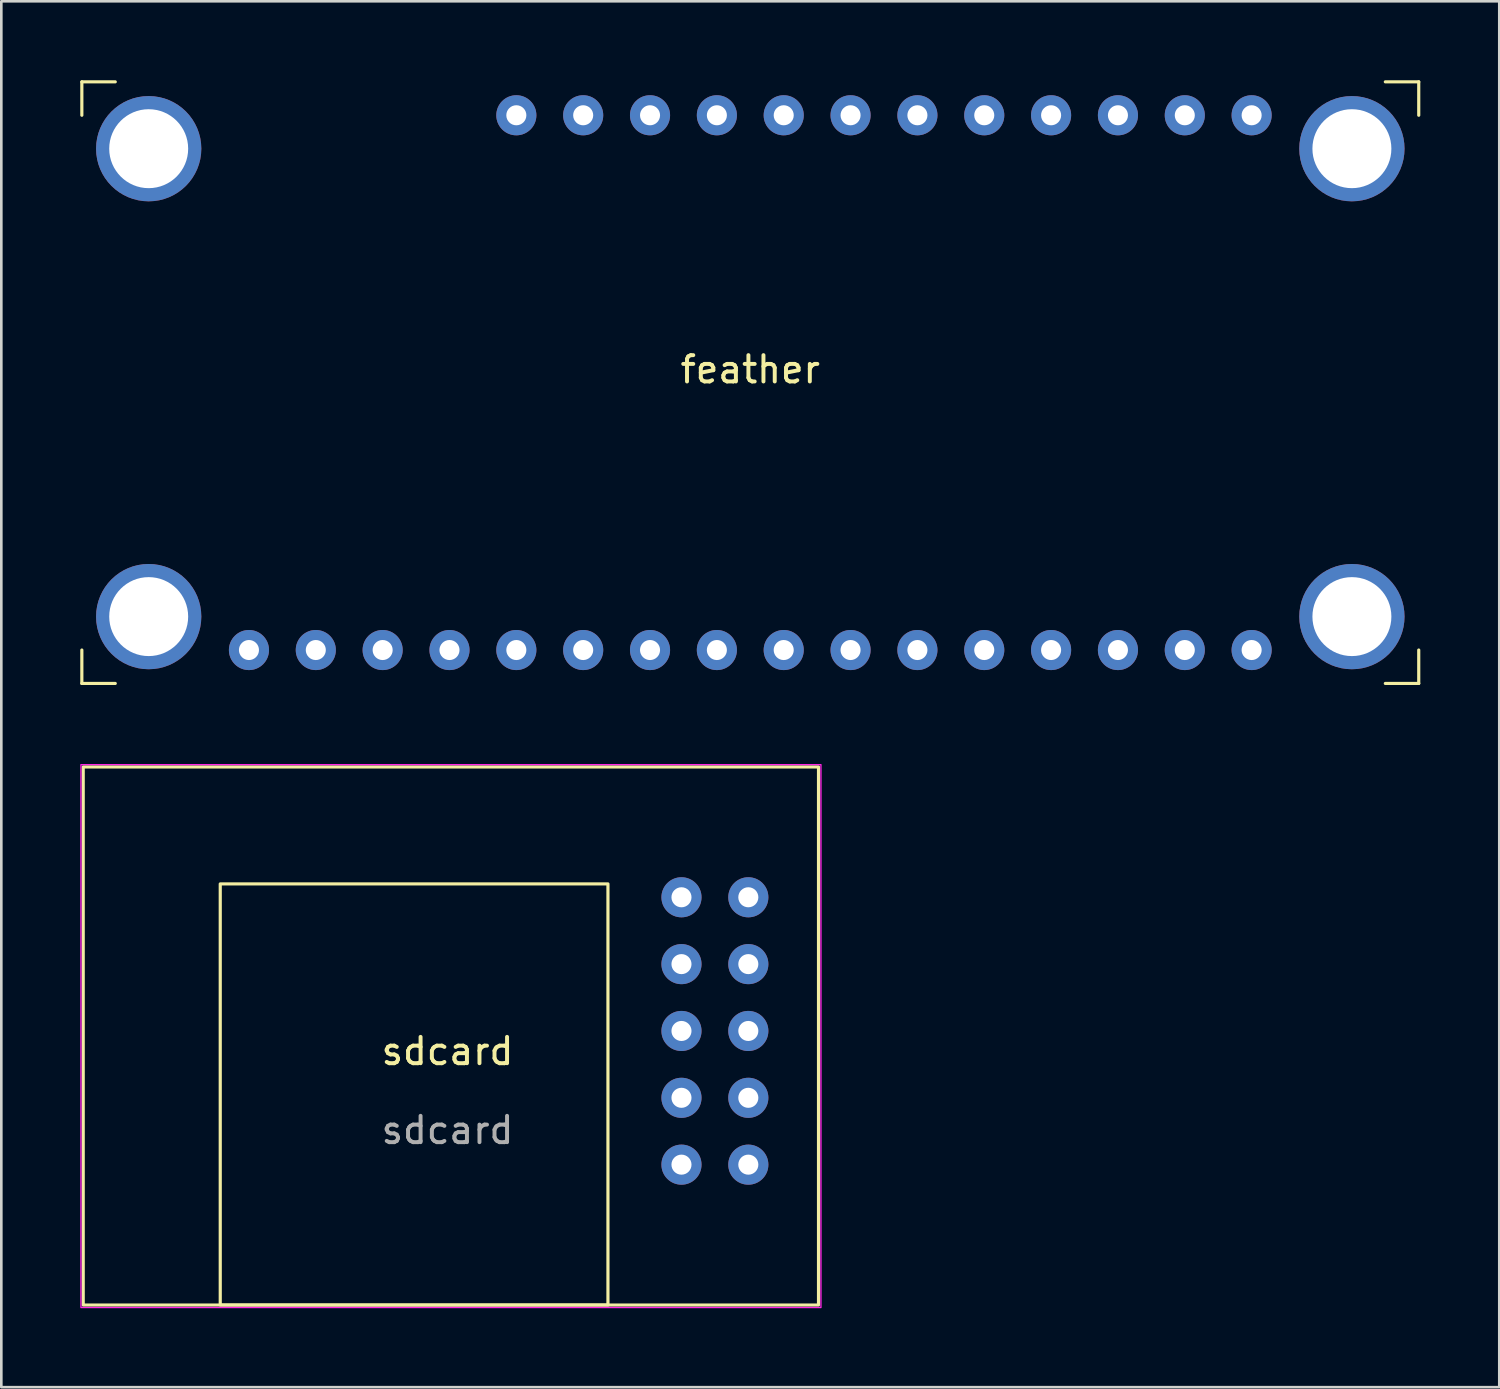
<source format=kicad_pcb>
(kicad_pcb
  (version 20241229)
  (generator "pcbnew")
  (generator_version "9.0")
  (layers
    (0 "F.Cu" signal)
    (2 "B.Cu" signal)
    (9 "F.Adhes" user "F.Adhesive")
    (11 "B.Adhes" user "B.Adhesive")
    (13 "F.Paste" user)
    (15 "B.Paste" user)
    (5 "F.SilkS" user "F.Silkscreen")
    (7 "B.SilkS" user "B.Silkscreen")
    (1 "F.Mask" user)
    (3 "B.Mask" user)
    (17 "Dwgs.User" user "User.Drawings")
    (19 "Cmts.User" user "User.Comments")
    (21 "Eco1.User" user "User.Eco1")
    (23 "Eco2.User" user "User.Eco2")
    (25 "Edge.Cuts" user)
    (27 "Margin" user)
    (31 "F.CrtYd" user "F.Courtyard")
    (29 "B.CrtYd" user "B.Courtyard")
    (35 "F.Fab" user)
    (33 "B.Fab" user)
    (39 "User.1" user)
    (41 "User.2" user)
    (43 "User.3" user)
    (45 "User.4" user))
  (footprint "sdcard"
    (layer "F.Cu")
    (at 13.955 37.395)
    (property "Reference" "sdcard" (at 0 -0.5 0) (unlocked yes) (layer "F.SilkS") (effects (font (size 1 1) (thickness 0.15))))
    (attr through_hole)
    (fp_rect (start -13.843 -11.303) (end 14.097 9.144) (stroke (width 0.12) (type default)) (fill no) (layer "F.SilkS"))
    (fp_rect (start -8.636 -6.858) (end 6.096 9.144) (stroke (width 0.12) (type default)) (fill no) (layer "F.SilkS"))
    (fp_rect (start -13.93 -11.39) (end 14.19 9.24) (stroke (width 0.05) (type default)) (fill no) (layer "F.CrtYd"))
    (fp_text user "${REFERENCE}" (at 0 2.5 0) (unlocked yes) (layer "F.Fab") (effects (font (size 1 1) (thickness 0.15))))
    (pad "1" thru_hole circle (at 11.43 3.81) (size 1.524 1.524) (drill 0.762) (layers "*.Cu" "*.Mask"))
    (pad "2" thru_hole circle (at 8.89 3.81) (size 1.524 1.524) (drill 0.762) (layers "*.Cu" "*.Mask"))
    (pad "3" thru_hole circle (at 11.43 1.27) (size 1.524 1.524) (drill 0.762) (layers "*.Cu" "*.Mask"))
    (pad "4" thru_hole circle (at 8.89 1.27) (size 1.524 1.524) (drill 0.762) (layers "*.Cu" "*.Mask"))
    (pad "5" thru_hole circle (at 11.43 -1.27) (size 1.524 1.524) (drill 0.762) (layers "*.Cu" "*.Mask"))
    (pad "6" thru_hole circle (at 8.89 -1.27) (size 1.524 1.524) (drill 0.762) (layers "*.Cu" "*.Mask"))
    (pad "7" thru_hole circle (at 11.43 -3.81) (size 1.524 1.524) (drill 0.762) (layers "*.Cu" "*.Mask"))
    (pad "8" thru_hole circle (at 8.89 -3.81) (size 1.524 1.524) (drill 0.762) (layers "*.Cu" "*.Mask"))
    (pad "9" thru_hole circle (at 11.43 -6.35) (size 1.524 1.524) (drill 0.762) (layers "*.Cu" "*.Mask"))
    (pad "10" thru_hole circle (at 8.89 -6.35) (size 1.524 1.524) (drill 0.762) (layers "*.Cu" "*.Mask")))
  (footprint "feather"
    (layer "F.Cu")
    (at 25.46 11.49)
    (property "Reference" "feather" (at 0 -0.5 0) (unlocked yes) (layer "F.SilkS") (effects (font (size 1 1) (thickness 0.15))))
    (attr through_hole)
    (fp_line (start -25.4 -11.43) (end -24.13 -11.43) (stroke (width 0.12) (type default)) (layer "F.SilkS"))
    (fp_line (start -25.4 -10.16) (end -25.4 -11.43) (stroke (width 0.12) (type default)) (layer "F.SilkS"))
    (fp_line (start -25.4 11.43) (end -25.4 10.16) (stroke (width 0.12) (type default)) (layer "F.SilkS"))
    (fp_line (start -24.13 11.43) (end -25.4 11.43) (stroke (width 0.12) (type default)) (layer "F.SilkS"))
    (fp_line (start 24.13 -11.43) (end 25.4 -11.43) (stroke (width 0.12) (type default)) (layer "F.SilkS"))
    (fp_line (start 25.4 -11.43) (end 25.4 -10.16) (stroke (width 0.12) (type default)) (layer "F.SilkS"))
    (fp_line (start 25.4 10.16) (end 25.4 11.43) (stroke (width 0.12) (type default)) (layer "F.SilkS"))
    (fp_line (start 25.4 11.43) (end 24.13 11.43) (stroke (width 0.12) (type default)) (layer "F.SilkS"))
    (pad "1" thru_hole circle (at -19.05 10.16) (size 1.524 1.524) (drill 0.762) (layers "*.Cu" "*.Mask"))
    (pad "2" thru_hole circle (at -16.51 10.16) (size 1.524 1.524) (drill 0.762) (layers "*.Cu" "*.Mask"))
    (pad "3" thru_hole circle (at -13.97 10.16) (size 1.524 1.524) (drill 0.762) (layers "*.Cu" "*.Mask"))
    (pad "4" thru_hole circle (at -11.43 10.16) (size 1.524 1.524) (drill 0.762) (layers "*.Cu" "*.Mask"))
    (pad "5" thru_hole circle (at -8.89 10.16) (size 1.524 1.524) (drill 0.762) (layers "*.Cu" "*.Mask"))
    (pad "6" thru_hole circle (at -6.35 10.16) (size 1.524 1.524) (drill 0.762) (layers "*.Cu" "*.Mask"))
    (pad "7" thru_hole circle (at -3.81 10.16) (size 1.524 1.524) (drill 0.762) (layers "*.Cu" "*.Mask"))
    (pad "8" thru_hole circle (at -1.27 10.16) (size 1.524 1.524) (drill 0.762) (layers "*.Cu" "*.Mask"))
    (pad "9" thru_hole circle (at 1.27 10.16) (size 1.524 1.524) (drill 0.762) (layers "*.Cu" "*.Mask"))
    (pad "10" thru_hole circle (at 3.81 10.16) (size 1.524 1.524) (drill 0.762) (layers "*.Cu" "*.Mask"))
    (pad "11" thru_hole circle (at 6.35 10.16) (size 1.524 1.524) (drill 0.762) (layers "*.Cu" "*.Mask"))
    (pad "12" thru_hole circle (at 8.89 10.16) (size 1.524 1.524) (drill 0.762) (layers "*.Cu" "*.Mask"))
    (pad "13" thru_hole circle (at 11.43 10.16) (size 1.524 1.524) (drill 0.762) (layers "*.Cu" "*.Mask"))
    (pad "14" thru_hole circle (at 13.97 10.16) (size 1.524 1.524) (drill 0.762) (layers "*.Cu" "*.Mask"))
    (pad "15" thru_hole circle (at 16.51 10.16) (size 1.524 1.524) (drill 0.762) (layers "*.Cu" "*.Mask"))
    (pad "16" thru_hole circle (at 19.05 10.16) (size 1.524 1.524) (drill 0.762) (layers "*.Cu" "*.Mask"))
    (pad "17" thru_hole circle (at 19.05 -10.16) (size 1.524 1.524) (drill 0.762) (layers "*.Cu" "*.Mask"))
    (pad "18" thru_hole circle (at 16.51 -10.16) (size 1.524 1.524) (drill 0.762) (layers "*.Cu" "*.Mask"))
    (pad "19" thru_hole circle (at 13.97 -10.16) (size 1.524 1.524) (drill 0.762) (layers "*.Cu" "*.Mask"))
    (pad "20" thru_hole circle (at 11.43 -10.16) (size 1.524 1.524) (drill 0.762) (layers "*.Cu" "*.Mask"))
    (pad "21" thru_hole circle (at 8.89 -10.16) (size 1.524 1.524) (drill 0.762) (layers "*.Cu" "*.Mask"))
    (pad "22" thru_hole circle (at 6.35 -10.16) (size 1.524 1.524) (drill 0.762) (layers "*.Cu" "*.Mask"))
    (pad "23" thru_hole circle (at 3.81 -10.16) (size 1.524 1.524) (drill 0.762) (layers "*.Cu" "*.Mask"))
    (pad "24" thru_hole circle (at 1.27 -10.16) (size 1.524 1.524) (drill 0.762) (layers "*.Cu" "*.Mask"))
    (pad "25" thru_hole circle (at -1.27 -10.16) (size 1.524 1.524) (drill 0.762) (layers "*.Cu" "*.Mask"))
    (pad "26" thru_hole circle (at -3.81 -10.16) (size 1.524 1.524) (drill 0.762) (layers "*.Cu" "*.Mask"))
    (pad "27" thru_hole circle (at -6.35 -10.16) (size 1.524 1.524) (drill 0.762) (layers "*.Cu" "*.Mask"))
    (pad "28" thru_hole circle (at -8.89 -10.16) (size 1.524 1.524) (drill 0.762) (layers "*.Cu" "*.Mask"))
    (pad "M" thru_hole circle (at -22.86 -8.89) (size 4 4) (drill 3) (layers "*.Cu" "*.Mask"))
    (pad "M" thru_hole circle (at -22.86 8.89) (size 4 4) (drill 3) (layers "*.Cu" "*.Mask"))
    (pad "M" thru_hole circle (at 22.86 -8.89) (size 4 4) (drill 3) (layers "*.Cu" "*.Mask"))
    (pad "M" thru_hole circle (at 22.86 8.89) (size 4 4) (drill 3) (layers "*.Cu" "*.Mask")))
  (gr_rect
    (start -3 -3)
    (end 53.92 49.66)
    (stroke (width 0.1) (type default))
    (fill no)
    (layer "Edge.Cuts")))
</source>
